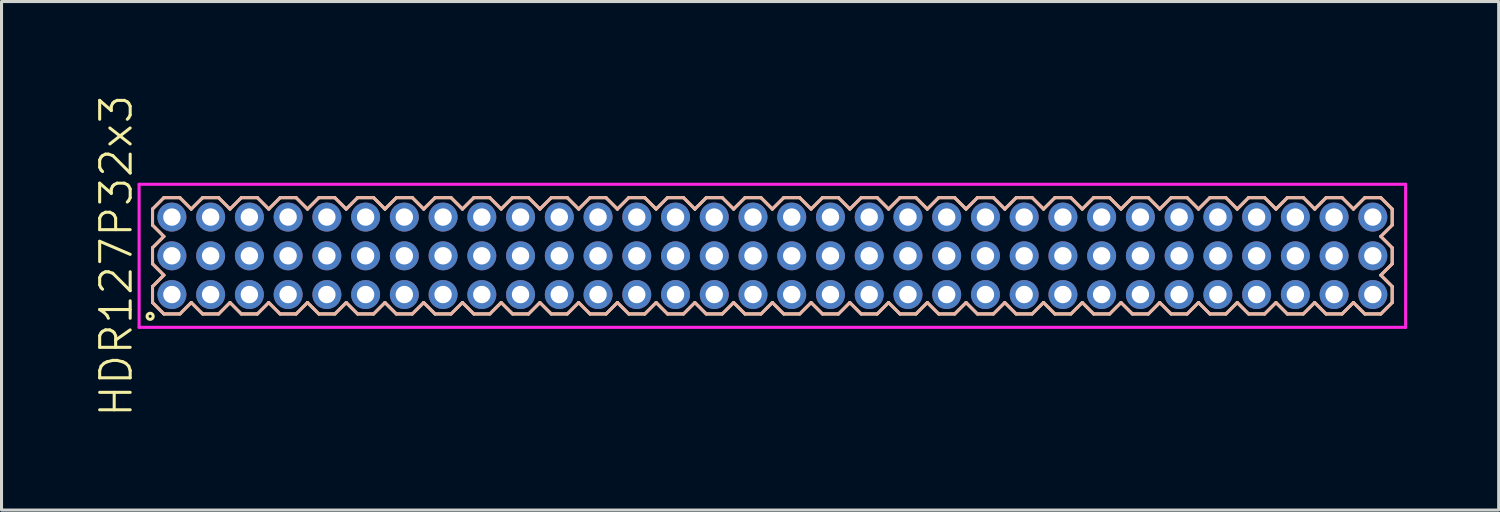
<source format=kicad_pcb>
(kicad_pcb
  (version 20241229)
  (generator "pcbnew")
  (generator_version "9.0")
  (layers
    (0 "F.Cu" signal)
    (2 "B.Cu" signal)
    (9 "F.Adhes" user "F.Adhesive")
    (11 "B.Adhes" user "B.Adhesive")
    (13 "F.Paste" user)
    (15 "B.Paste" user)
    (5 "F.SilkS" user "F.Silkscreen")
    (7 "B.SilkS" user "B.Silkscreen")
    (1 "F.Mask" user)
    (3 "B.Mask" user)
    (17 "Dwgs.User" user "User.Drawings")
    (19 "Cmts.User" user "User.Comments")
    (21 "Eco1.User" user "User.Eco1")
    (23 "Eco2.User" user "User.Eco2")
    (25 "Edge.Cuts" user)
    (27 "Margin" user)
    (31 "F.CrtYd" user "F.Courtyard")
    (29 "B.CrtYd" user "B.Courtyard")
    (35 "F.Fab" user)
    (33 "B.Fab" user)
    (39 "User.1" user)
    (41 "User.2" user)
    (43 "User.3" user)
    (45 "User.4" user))
  (footprint "HDR127P32x3"
    (layer "F.Cu")
    (at 22.27 5.336)
    (property "Reference" "HDR127P32x3" (at -21.51 0 90) (layer "F.SilkS") (effects (font (size 1 1) (thickness 0.1))))
    (attr through_hole)
    (fp_line (start -20.32 -1.533) (end -19.948 -1.905) (stroke (width 0.1) (type solid)) (layer "F.SilkS"))
    (fp_line (start -20.32 -1.007) (end -20.32 -1.533) (stroke (width 0.1) (type solid)) (layer "F.SilkS"))
    (fp_line (start -20.32 -0.263) (end -19.948 -0.635) (stroke (width 0.1) (type solid)) (layer "F.SilkS"))
    (fp_line (start -20.32 0.263) (end -20.32 -0.263) (stroke (width 0.1) (type solid)) (layer "F.SilkS"))
    (fp_line (start -20.32 1.007) (end -19.948 0.635) (stroke (width 0.1) (type solid)) (layer "F.SilkS"))
    (fp_line (start -20.32 1.533) (end -20.32 1.007) (stroke (width 0.1) (type solid)) (layer "F.SilkS"))
    (fp_line (start -19.948 -1.905) (end -19.422 -1.905) (stroke (width 0.1) (type solid)) (layer "F.SilkS"))
    (fp_line (start -19.948 -0.635) (end -20.32 -1.007) (stroke (width 0.1) (type solid)) (layer "F.SilkS"))
    (fp_line (start -19.948 0.635) (end -20.32 0.263) (stroke (width 0.1) (type solid)) (layer "F.SilkS"))
    (fp_line (start -19.948 1.905) (end -20.32 1.533) (stroke (width 0.1) (type solid)) (layer "F.SilkS"))
    (fp_line (start -19.422 -1.905) (end -19.05 -1.533) (stroke (width 0.1) (type solid)) (layer "F.SilkS"))
    (fp_line (start -19.422 1.905) (end -19.948 1.905) (stroke (width 0.1) (type solid)) (layer "F.SilkS"))
    (fp_line (start -19.05 -1.533) (end -18.678 -1.905) (stroke (width 0.1) (type solid)) (layer "F.SilkS"))
    (fp_line (start -19.05 1.533) (end -19.422 1.905) (stroke (width 0.1) (type solid)) (layer "F.SilkS"))
    (fp_line (start -18.678 -1.905) (end -18.152 -1.905) (stroke (width 0.1) (type solid)) (layer "F.SilkS"))
    (fp_line (start -18.678 1.905) (end -19.05 1.533) (stroke (width 0.1) (type solid)) (layer "F.SilkS"))
    (fp_line (start -18.152 -1.905) (end -17.78 -1.533) (stroke (width 0.1) (type solid)) (layer "F.SilkS"))
    (fp_line (start -18.152 1.905) (end -18.678 1.905) (stroke (width 0.1) (type solid)) (layer "F.SilkS"))
    (fp_line (start -17.78 -1.533) (end -17.408 -1.905) (stroke (width 0.1) (type solid)) (layer "F.SilkS"))
    (fp_line (start -17.78 1.533) (end -18.152 1.905) (stroke (width 0.1) (type solid)) (layer "F.SilkS"))
    (fp_line (start -17.408 -1.905) (end -16.882 -1.905) (stroke (width 0.1) (type solid)) (layer "F.SilkS"))
    (fp_line (start -17.408 1.905) (end -17.78 1.533) (stroke (width 0.1) (type solid)) (layer "F.SilkS"))
    (fp_line (start -16.882 -1.905) (end -16.51 -1.533) (stroke (width 0.1) (type solid)) (layer "F.SilkS"))
    (fp_line (start -16.882 1.905) (end -17.408 1.905) (stroke (width 0.1) (type solid)) (layer "F.SilkS"))
    (fp_line (start -16.51 -1.533) (end -16.138 -1.905) (stroke (width 0.1) (type solid)) (layer "F.SilkS"))
    (fp_line (start -16.51 1.533) (end -16.882 1.905) (stroke (width 0.1) (type solid)) (layer "F.SilkS"))
    (fp_line (start -16.138 -1.905) (end -15.612 -1.905) (stroke (width 0.1) (type solid)) (layer "F.SilkS"))
    (fp_line (start -16.138 1.905) (end -16.51 1.533) (stroke (width 0.1) (type solid)) (layer "F.SilkS"))
    (fp_line (start -15.612 -1.905) (end -15.24 -1.533) (stroke (width 0.1) (type solid)) (layer "F.SilkS"))
    (fp_line (start -15.612 1.905) (end -16.138 1.905) (stroke (width 0.1) (type solid)) (layer "F.SilkS"))
    (fp_line (start -15.24 -1.533) (end -14.868 -1.905) (stroke (width 0.1) (type solid)) (layer "F.SilkS"))
    (fp_line (start -15.24 1.533) (end -15.612 1.905) (stroke (width 0.1) (type solid)) (layer "F.SilkS"))
    (fp_line (start -14.868 -1.905) (end -14.342 -1.905) (stroke (width 0.1) (type solid)) (layer "F.SilkS"))
    (fp_line (start -14.868 1.905) (end -15.24 1.533) (stroke (width 0.1) (type solid)) (layer "F.SilkS"))
    (fp_line (start -14.342 -1.905) (end -13.97 -1.533) (stroke (width 0.1) (type solid)) (layer "F.SilkS"))
    (fp_line (start -14.342 1.905) (end -14.868 1.905) (stroke (width 0.1) (type solid)) (layer "F.SilkS"))
    (fp_line (start -13.97 -1.533) (end -13.598 -1.905) (stroke (width 0.1) (type solid)) (layer "F.SilkS"))
    (fp_line (start -13.97 1.533) (end -14.342 1.905) (stroke (width 0.1) (type solid)) (layer "F.SilkS"))
    (fp_line (start -13.598 -1.905) (end -13.072 -1.905) (stroke (width 0.1) (type solid)) (layer "F.SilkS"))
    (fp_line (start -13.598 1.905) (end -13.97 1.533) (stroke (width 0.1) (type solid)) (layer "F.SilkS"))
    (fp_line (start -13.072 -1.905) (end -12.7 -1.533) (stroke (width 0.1) (type solid)) (layer "F.SilkS"))
    (fp_line (start -13.072 1.905) (end -13.598 1.905) (stroke (width 0.1) (type solid)) (layer "F.SilkS"))
    (fp_line (start -12.7 -1.533) (end -12.328 -1.905) (stroke (width 0.1) (type solid)) (layer "F.SilkS"))
    (fp_line (start -12.7 1.533) (end -13.072 1.905) (stroke (width 0.1) (type solid)) (layer "F.SilkS"))
    (fp_line (start -12.328 -1.905) (end -11.802 -1.905) (stroke (width 0.1) (type solid)) (layer "F.SilkS"))
    (fp_line (start -12.328 1.905) (end -12.7 1.533) (stroke (width 0.1) (type solid)) (layer "F.SilkS"))
    (fp_line (start -11.802 -1.905) (end -11.43 -1.533) (stroke (width 0.1) (type solid)) (layer "F.SilkS"))
    (fp_line (start -11.802 1.905) (end -12.328 1.905) (stroke (width 0.1) (type solid)) (layer "F.SilkS"))
    (fp_line (start -11.43 -1.533) (end -11.058 -1.905) (stroke (width 0.1) (type solid)) (layer "F.SilkS"))
    (fp_line (start -11.43 1.533) (end -11.802 1.905) (stroke (width 0.1) (type solid)) (layer "F.SilkS"))
    (fp_line (start -11.058 -1.905) (end -10.532 -1.905) (stroke (width 0.1) (type solid)) (layer "F.SilkS"))
    (fp_line (start -11.058 1.905) (end -11.43 1.533) (stroke (width 0.1) (type solid)) (layer "F.SilkS"))
    (fp_line (start -10.532 -1.905) (end -10.16 -1.533) (stroke (width 0.1) (type solid)) (layer "F.SilkS"))
    (fp_line (start -10.532 1.905) (end -11.058 1.905) (stroke (width 0.1) (type solid)) (layer "F.SilkS"))
    (fp_line (start -10.16 -1.533) (end -9.788 -1.905) (stroke (width 0.1) (type solid)) (layer "F.SilkS"))
    (fp_line (start -10.16 1.533) (end -10.532 1.905) (stroke (width 0.1) (type solid)) (layer "F.SilkS"))
    (fp_line (start -9.788 -1.905) (end -9.262 -1.905) (stroke (width 0.1) (type solid)) (layer "F.SilkS"))
    (fp_line (start -9.788 1.905) (end -10.16 1.533) (stroke (width 0.1) (type solid)) (layer "F.SilkS"))
    (fp_line (start -9.262 -1.905) (end -8.89 -1.533) (stroke (width 0.1) (type solid)) (layer "F.SilkS"))
    (fp_line (start -9.262 1.905) (end -9.788 1.905) (stroke (width 0.1) (type solid)) (layer "F.SilkS"))
    (fp_line (start -8.89 -1.533) (end -8.518 -1.905) (stroke (width 0.1) (type solid)) (layer "F.SilkS"))
    (fp_line (start -8.89 1.533) (end -9.262 1.905) (stroke (width 0.1) (type solid)) (layer "F.SilkS"))
    (fp_line (start -8.518 -1.905) (end -7.992 -1.905) (stroke (width 0.1) (type solid)) (layer "F.SilkS"))
    (fp_line (start -8.518 1.905) (end -8.89 1.533) (stroke (width 0.1) (type solid)) (layer "F.SilkS"))
    (fp_line (start -7.992 -1.905) (end -7.62 -1.533) (stroke (width 0.1) (type solid)) (layer "F.SilkS"))
    (fp_line (start -7.992 1.905) (end -8.518 1.905) (stroke (width 0.1) (type solid)) (layer "F.SilkS"))
    (fp_line (start -7.62 -1.533) (end -7.248 -1.905) (stroke (width 0.1) (type solid)) (layer "F.SilkS"))
    (fp_line (start -7.62 1.533) (end -7.992 1.905) (stroke (width 0.1) (type solid)) (layer "F.SilkS"))
    (fp_line (start -7.248 -1.905) (end -6.722 -1.905) (stroke (width 0.1) (type solid)) (layer "F.SilkS"))
    (fp_line (start -7.248 1.905) (end -7.62 1.533) (stroke (width 0.1) (type solid)) (layer "F.SilkS"))
    (fp_line (start -6.722 -1.905) (end -6.35 -1.533) (stroke (width 0.1) (type solid)) (layer "F.SilkS"))
    (fp_line (start -6.722 1.905) (end -7.248 1.905) (stroke (width 0.1) (type solid)) (layer "F.SilkS"))
    (fp_line (start -6.35 -1.533) (end -5.978 -1.905) (stroke (width 0.1) (type solid)) (layer "F.SilkS"))
    (fp_line (start -6.35 1.533) (end -6.722 1.905) (stroke (width 0.1) (type solid)) (layer "F.SilkS"))
    (fp_line (start -5.978 -1.905) (end -5.452 -1.905) (stroke (width 0.1) (type solid)) (layer "F.SilkS"))
    (fp_line (start -5.978 1.905) (end -6.35 1.533) (stroke (width 0.1) (type solid)) (layer "F.SilkS"))
    (fp_line (start -5.452 -1.905) (end -5.08 -1.533) (stroke (width 0.1) (type solid)) (layer "F.SilkS"))
    (fp_line (start -5.452 1.905) (end -5.978 1.905) (stroke (width 0.1) (type solid)) (layer "F.SilkS"))
    (fp_line (start -5.08 -1.533) (end -4.708 -1.905) (stroke (width 0.1) (type solid)) (layer "F.SilkS"))
    (fp_line (start -5.08 1.533) (end -5.452 1.905) (stroke (width 0.1) (type solid)) (layer "F.SilkS"))
    (fp_line (start -4.708 -1.905) (end -4.182 -1.905) (stroke (width 0.1) (type solid)) (layer "F.SilkS"))
    (fp_line (start -4.708 1.905) (end -5.08 1.533) (stroke (width 0.1) (type solid)) (layer "F.SilkS"))
    (fp_line (start -4.182 -1.905) (end -3.81 -1.533) (stroke (width 0.1) (type solid)) (layer "F.SilkS"))
    (fp_line (start -4.182 1.905) (end -4.708 1.905) (stroke (width 0.1) (type solid)) (layer "F.SilkS"))
    (fp_line (start -3.81 -1.533) (end -3.438 -1.905) (stroke (width 0.1) (type solid)) (layer "F.SilkS"))
    (fp_line (start -3.81 1.533) (end -4.182 1.905) (stroke (width 0.1) (type solid)) (layer "F.SilkS"))
    (fp_line (start -3.438 -1.905) (end -2.912 -1.905) (stroke (width 0.1) (type solid)) (layer "F.SilkS"))
    (fp_line (start -3.438 1.905) (end -3.81 1.533) (stroke (width 0.1) (type solid)) (layer "F.SilkS"))
    (fp_line (start -2.912 -1.905) (end -2.54 -1.533) (stroke (width 0.1) (type solid)) (layer "F.SilkS"))
    (fp_line (start -2.912 1.905) (end -3.438 1.905) (stroke (width 0.1) (type solid)) (layer "F.SilkS"))
    (fp_line (start -2.54 -1.533) (end -2.168 -1.905) (stroke (width 0.1) (type solid)) (layer "F.SilkS"))
    (fp_line (start -2.54 1.533) (end -2.912 1.905) (stroke (width 0.1) (type solid)) (layer "F.SilkS"))
    (fp_line (start -2.168 -1.905) (end -1.642 -1.905) (stroke (width 0.1) (type solid)) (layer "F.SilkS"))
    (fp_line (start -2.168 1.905) (end -2.54 1.533) (stroke (width 0.1) (type solid)) (layer "F.SilkS"))
    (fp_line (start -1.642 -1.905) (end -1.27 -1.533) (stroke (width 0.1) (type solid)) (layer "F.SilkS"))
    (fp_line (start -1.642 1.905) (end -2.168 1.905) (stroke (width 0.1) (type solid)) (layer "F.SilkS"))
    (fp_line (start -1.27 -1.533) (end -0.898 -1.905) (stroke (width 0.1) (type solid)) (layer "F.SilkS"))
    (fp_line (start -1.27 1.533) (end -1.642 1.905) (stroke (width 0.1) (type solid)) (layer "F.SilkS"))
    (fp_line (start -0.898 -1.905) (end -0.372 -1.905) (stroke (width 0.1) (type solid)) (layer "F.SilkS"))
    (fp_line (start -0.898 1.905) (end -1.27 1.533) (stroke (width 0.1) (type solid)) (layer "F.SilkS"))
    (fp_line (start -0.372 -1.905) (end 0 -1.533) (stroke (width 0.1) (type solid)) (layer "F.SilkS"))
    (fp_line (start -0.372 1.905) (end -0.898 1.905) (stroke (width 0.1) (type solid)) (layer "F.SilkS"))
    (fp_line (start 0 -1.533) (end 0.372 -1.905) (stroke (width 0.1) (type solid)) (layer "F.SilkS"))
    (fp_line (start 0 1.533) (end -0.372 1.905) (stroke (width 0.1) (type solid)) (layer "F.SilkS"))
    (fp_line (start 0.372 -1.905) (end 0.898 -1.905) (stroke (width 0.1) (type solid)) (layer "F.SilkS"))
    (fp_line (start 0.372 1.905) (end 0 1.533) (stroke (width 0.1) (type solid)) (layer "F.SilkS"))
    (fp_line (start 0.898 -1.905) (end 1.27 -1.533) (stroke (width 0.1) (type solid)) (layer "F.SilkS"))
    (fp_line (start 0.898 1.905) (end 0.372 1.905) (stroke (width 0.1) (type solid)) (layer "F.SilkS"))
    (fp_line (start 1.27 -1.533) (end 1.642 -1.905) (stroke (width 0.1) (type solid)) (layer "F.SilkS"))
    (fp_line (start 1.27 1.533) (end 0.898 1.905) (stroke (width 0.1) (type solid)) (layer "F.SilkS"))
    (fp_line (start 1.642 -1.905) (end 2.168 -1.905) (stroke (width 0.1) (type solid)) (layer "F.SilkS"))
    (fp_line (start 1.642 1.905) (end 1.27 1.533) (stroke (width 0.1) (type solid)) (layer "F.SilkS"))
    (fp_line (start 2.168 -1.905) (end 2.54 -1.533) (stroke (width 0.1) (type solid)) (layer "F.SilkS"))
    (fp_line (start 2.168 1.905) (end 1.642 1.905) (stroke (width 0.1) (type solid)) (layer "F.SilkS"))
    (fp_line (start 2.54 -1.533) (end 2.912 -1.905) (stroke (width 0.1) (type solid)) (layer "F.SilkS"))
    (fp_line (start 2.54 1.533) (end 2.168 1.905) (stroke (width 0.1) (type solid)) (layer "F.SilkS"))
    (fp_line (start 2.912 -1.905) (end 3.438 -1.905) (stroke (width 0.1) (type solid)) (layer "F.SilkS"))
    (fp_line (start 2.912 1.905) (end 2.54 1.533) (stroke (width 0.1) (type solid)) (layer "F.SilkS"))
    (fp_line (start 3.438 -1.905) (end 3.81 -1.533) (stroke (width 0.1) (type solid)) (layer "F.SilkS"))
    (fp_line (start 3.438 1.905) (end 2.912 1.905) (stroke (width 0.1) (type solid)) (layer "F.SilkS"))
    (fp_line (start 3.81 -1.533) (end 4.182 -1.905) (stroke (width 0.1) (type solid)) (layer "F.SilkS"))
    (fp_line (start 3.81 1.533) (end 3.438 1.905) (stroke (width 0.1) (type solid)) (layer "F.SilkS"))
    (fp_line (start 4.182 -1.905) (end 4.708 -1.905) (stroke (width 0.1) (type solid)) (layer "F.SilkS"))
    (fp_line (start 4.182 1.905) (end 3.81 1.533) (stroke (width 0.1) (type solid)) (layer "F.SilkS"))
    (fp_line (start 4.708 -1.905) (end 5.08 -1.533) (stroke (width 0.1) (type solid)) (layer "F.SilkS"))
    (fp_line (start 4.708 1.905) (end 4.182 1.905) (stroke (width 0.1) (type solid)) (layer "F.SilkS"))
    (fp_line (start 5.08 -1.533) (end 5.452 -1.905) (stroke (width 0.1) (type solid)) (layer "F.SilkS"))
    (fp_line (start 5.08 1.533) (end 4.708 1.905) (stroke (width 0.1) (type solid)) (layer "F.SilkS"))
    (fp_line (start 5.452 -1.905) (end 5.978 -1.905) (stroke (width 0.1) (type solid)) (layer "F.SilkS"))
    (fp_line (start 5.452 1.905) (end 5.08 1.533) (stroke (width 0.1) (type solid)) (layer "F.SilkS"))
    (fp_line (start 5.978 -1.905) (end 6.35 -1.533) (stroke (width 0.1) (type solid)) (layer "F.SilkS"))
    (fp_line (start 5.978 1.905) (end 5.452 1.905) (stroke (width 0.1) (type solid)) (layer "F.SilkS"))
    (fp_line (start 6.35 -1.533) (end 6.722 -1.905) (stroke (width 0.1) (type solid)) (layer "F.SilkS"))
    (fp_line (start 6.35 1.533) (end 5.978 1.905) (stroke (width 0.1) (type solid)) (layer "F.SilkS"))
    (fp_line (start 6.722 -1.905) (end 7.248 -1.905) (stroke (width 0.1) (type solid)) (layer "F.SilkS"))
    (fp_line (start 6.722 1.905) (end 6.35 1.533) (stroke (width 0.1) (type solid)) (layer "F.SilkS"))
    (fp_line (start 7.248 -1.905) (end 7.62 -1.533) (stroke (width 0.1) (type solid)) (layer "F.SilkS"))
    (fp_line (start 7.248 1.905) (end 6.722 1.905) (stroke (width 0.1) (type solid)) (layer "F.SilkS"))
    (fp_line (start 7.62 -1.533) (end 7.992 -1.905) (stroke (width 0.1) (type solid)) (layer "F.SilkS"))
    (fp_line (start 7.62 1.533) (end 7.248 1.905) (stroke (width 0.1) (type solid)) (layer "F.SilkS"))
    (fp_line (start 7.992 -1.905) (end 8.518 -1.905) (stroke (width 0.1) (type solid)) (layer "F.SilkS"))
    (fp_line (start 7.992 1.905) (end 7.62 1.533) (stroke (width 0.1) (type solid)) (layer "F.SilkS"))
    (fp_line (start 8.518 -1.905) (end 8.89 -1.533) (stroke (width 0.1) (type solid)) (layer "F.SilkS"))
    (fp_line (start 8.518 1.905) (end 7.992 1.905) (stroke (width 0.1) (type solid)) (layer "F.SilkS"))
    (fp_line (start 8.89 -1.533) (end 9.262 -1.905) (stroke (width 0.1) (type solid)) (layer "F.SilkS"))
    (fp_line (start 8.89 1.533) (end 8.518 1.905) (stroke (width 0.1) (type solid)) (layer "F.SilkS"))
    (fp_line (start 9.262 -1.905) (end 9.788 -1.905) (stroke (width 0.1) (type solid)) (layer "F.SilkS"))
    (fp_line (start 9.262 1.905) (end 8.89 1.533) (stroke (width 0.1) (type solid)) (layer "F.SilkS"))
    (fp_line (start 9.788 -1.905) (end 10.16 -1.533) (stroke (width 0.1) (type solid)) (layer "F.SilkS"))
    (fp_line (start 9.788 1.905) (end 9.262 1.905) (stroke (width 0.1) (type solid)) (layer "F.SilkS"))
    (fp_line (start 10.16 -1.533) (end 10.532 -1.905) (stroke (width 0.1) (type solid)) (layer "F.SilkS"))
    (fp_line (start 10.16 1.533) (end 9.788 1.905) (stroke (width 0.1) (type solid)) (layer "F.SilkS"))
    (fp_line (start 10.532 -1.905) (end 11.058 -1.905) (stroke (width 0.1) (type solid)) (layer "F.SilkS"))
    (fp_line (start 10.532 1.905) (end 10.16 1.533) (stroke (width 0.1) (type solid)) (layer "F.SilkS"))
    (fp_line (start 11.058 -1.905) (end 11.43 -1.533) (stroke (width 0.1) (type solid)) (layer "F.SilkS"))
    (fp_line (start 11.058 1.905) (end 10.532 1.905) (stroke (width 0.1) (type solid)) (layer "F.SilkS"))
    (fp_line (start 11.43 -1.533) (end 11.802 -1.905) (stroke (width 0.1) (type solid)) (layer "F.SilkS"))
    (fp_line (start 11.43 1.533) (end 11.058 1.905) (stroke (width 0.1) (type solid)) (layer "F.SilkS"))
    (fp_line (start 11.802 -1.905) (end 12.328 -1.905) (stroke (width 0.1) (type solid)) (layer "F.SilkS"))
    (fp_line (start 11.802 1.905) (end 11.43 1.533) (stroke (width 0.1) (type solid)) (layer "F.SilkS"))
    (fp_line (start 12.328 -1.905) (end 12.7 -1.533) (stroke (width 0.1) (type solid)) (layer "F.SilkS"))
    (fp_line (start 12.328 1.905) (end 11.802 1.905) (stroke (width 0.1) (type solid)) (layer "F.SilkS"))
    (fp_line (start 12.7 -1.533) (end 13.072 -1.905) (stroke (width 0.1) (type solid)) (layer "F.SilkS"))
    (fp_line (start 12.7 1.533) (end 12.328 1.905) (stroke (width 0.1) (type solid)) (layer "F.SilkS"))
    (fp_line (start 13.072 -1.905) (end 13.598 -1.905) (stroke (width 0.1) (type solid)) (layer "F.SilkS"))
    (fp_line (start 13.072 1.905) (end 12.7 1.533) (stroke (width 0.1) (type solid)) (layer "F.SilkS"))
    (fp_line (start 13.598 -1.905) (end 13.97 -1.533) (stroke (width 0.1) (type solid)) (layer "F.SilkS"))
    (fp_line (start 13.598 1.905) (end 13.072 1.905) (stroke (width 0.1) (type solid)) (layer "F.SilkS"))
    (fp_line (start 13.97 -1.533) (end 14.342 -1.905) (stroke (width 0.1) (type solid)) (layer "F.SilkS"))
    (fp_line (start 13.97 1.533) (end 13.598 1.905) (stroke (width 0.1) (type solid)) (layer "F.SilkS"))
    (fp_line (start 14.342 -1.905) (end 14.868 -1.905) (stroke (width 0.1) (type solid)) (layer "F.SilkS"))
    (fp_line (start 14.342 1.905) (end 13.97 1.533) (stroke (width 0.1) (type solid)) (layer "F.SilkS"))
    (fp_line (start 14.868 -1.905) (end 15.24 -1.533) (stroke (width 0.1) (type solid)) (layer "F.SilkS"))
    (fp_line (start 14.868 1.905) (end 14.342 1.905) (stroke (width 0.1) (type solid)) (layer "F.SilkS"))
    (fp_line (start 15.24 -1.533) (end 15.612 -1.905) (stroke (width 0.1) (type solid)) (layer "F.SilkS"))
    (fp_line (start 15.24 1.533) (end 14.868 1.905) (stroke (width 0.1) (type solid)) (layer "F.SilkS"))
    (fp_line (start 15.612 -1.905) (end 16.138 -1.905) (stroke (width 0.1) (type solid)) (layer "F.SilkS"))
    (fp_line (start 15.612 1.905) (end 15.24 1.533) (stroke (width 0.1) (type solid)) (layer "F.SilkS"))
    (fp_line (start 16.138 -1.905) (end 16.51 -1.533) (stroke (width 0.1) (type solid)) (layer "F.SilkS"))
    (fp_line (start 16.138 1.905) (end 15.612 1.905) (stroke (width 0.1) (type solid)) (layer "F.SilkS"))
    (fp_line (start 16.51 -1.533) (end 16.882 -1.905) (stroke (width 0.1) (type solid)) (layer "F.SilkS"))
    (fp_line (start 16.51 1.533) (end 16.138 1.905) (stroke (width 0.1) (type solid)) (layer "F.SilkS"))
    (fp_line (start 16.882 -1.905) (end 17.408 -1.905) (stroke (width 0.1) (type solid)) (layer "F.SilkS"))
    (fp_line (start 16.882 1.905) (end 16.51 1.533) (stroke (width 0.1) (type solid)) (layer "F.SilkS"))
    (fp_line (start 17.408 -1.905) (end 17.78 -1.533) (stroke (width 0.1) (type solid)) (layer "F.SilkS"))
    (fp_line (start 17.408 1.905) (end 16.882 1.905) (stroke (width 0.1) (type solid)) (layer "F.SilkS"))
    (fp_line (start 17.78 -1.533) (end 18.152 -1.905) (stroke (width 0.1) (type solid)) (layer "F.SilkS"))
    (fp_line (start 17.78 1.533) (end 17.408 1.905) (stroke (width 0.1) (type solid)) (layer "F.SilkS"))
    (fp_line (start 18.152 -1.905) (end 18.678 -1.905) (stroke (width 0.1) (type solid)) (layer "F.SilkS"))
    (fp_line (start 18.152 1.905) (end 17.78 1.533) (stroke (width 0.1) (type solid)) (layer "F.SilkS"))
    (fp_line (start 18.678 -1.905) (end 19.05 -1.533) (stroke (width 0.1) (type solid)) (layer "F.SilkS"))
    (fp_line (start 18.678 1.905) (end 18.152 1.905) (stroke (width 0.1) (type solid)) (layer "F.SilkS"))
    (fp_line (start 19.05 -1.533) (end 19.422 -1.905) (stroke (width 0.1) (type solid)) (layer "F.SilkS"))
    (fp_line (start 19.05 1.533) (end 18.678 1.905) (stroke (width 0.1) (type solid)) (layer "F.SilkS"))
    (fp_line (start 19.422 -1.905) (end 19.948 -1.905) (stroke (width 0.1) (type solid)) (layer "F.SilkS"))
    (fp_line (start 19.422 1.905) (end 19.05 1.533) (stroke (width 0.1) (type solid)) (layer "F.SilkS"))
    (fp_line (start 19.948 -1.905) (end 20.32 -1.533) (stroke (width 0.1) (type solid)) (layer "F.SilkS"))
    (fp_line (start 19.948 -0.635) (end 20.32 -0.263) (stroke (width 0.1) (type solid)) (layer "F.SilkS"))
    (fp_line (start 19.948 0.635) (end 20.32 1.007) (stroke (width 0.1) (type solid)) (layer "F.SilkS"))
    (fp_line (start 19.948 1.905) (end 19.422 1.905) (stroke (width 0.1) (type solid)) (layer "F.SilkS"))
    (fp_line (start 20.32 -1.533) (end 20.32 -1.007) (stroke (width 0.1) (type solid)) (layer "F.SilkS"))
    (fp_line (start 20.32 -1.007) (end 19.948 -0.635) (stroke (width 0.1) (type solid)) (layer "F.SilkS"))
    (fp_line (start 20.32 -0.263) (end 20.32 0.263) (stroke (width 0.1) (type solid)) (layer "F.SilkS"))
    (fp_line (start 20.32 0.263) (end 19.948 0.635) (stroke (width 0.1) (type solid)) (layer "F.SilkS"))
    (fp_line (start 20.32 1.007) (end 20.32 1.533) (stroke (width 0.1) (type solid)) (layer "F.SilkS"))
    (fp_line (start 20.32 1.533) (end 19.948 1.905) (stroke (width 0.1) (type solid)) (layer "F.SilkS"))
    (fp_circle (center -20.398 1.983) (end -20.297 1.983) (stroke (width 0.1) (type solid)) (fill no) (layer "F.SilkS"))
    (fp_line (start -20.32 -1.533) (end -19.948 -1.905) (stroke (width 0.1) (type solid)) (layer "B.SilkS"))
    (fp_line (start -20.32 -1.007) (end -20.32 -1.533) (stroke (width 0.1) (type solid)) (layer "B.SilkS"))
    (fp_line (start -20.32 -0.263) (end -19.948 -0.635) (stroke (width 0.1) (type solid)) (layer "B.SilkS"))
    (fp_line (start -20.32 0.263) (end -20.32 -0.263) (stroke (width 0.1) (type solid)) (layer "B.SilkS"))
    (fp_line (start -20.32 1.007) (end -19.948 0.635) (stroke (width 0.1) (type solid)) (layer "B.SilkS"))
    (fp_line (start -20.32 1.533) (end -20.32 1.007) (stroke (width 0.1) (type solid)) (layer "B.SilkS"))
    (fp_line (start -19.948 -1.905) (end -19.422 -1.905) (stroke (width 0.1) (type solid)) (layer "B.SilkS"))
    (fp_line (start -19.948 -0.635) (end -20.32 -1.007) (stroke (width 0.1) (type solid)) (layer "B.SilkS"))
    (fp_line (start -19.948 0.635) (end -20.32 0.263) (stroke (width 0.1) (type solid)) (layer "B.SilkS"))
    (fp_line (start -19.948 1.905) (end -20.32 1.533) (stroke (width 0.1) (type solid)) (layer "B.SilkS"))
    (fp_line (start -19.422 -1.905) (end -19.05 -1.533) (stroke (width 0.1) (type solid)) (layer "B.SilkS"))
    (fp_line (start -19.422 1.905) (end -19.948 1.905) (stroke (width 0.1) (type solid)) (layer "B.SilkS"))
    (fp_line (start -19.05 -1.533) (end -18.678 -1.905) (stroke (width 0.1) (type solid)) (layer "B.SilkS"))
    (fp_line (start -19.05 1.533) (end -19.422 1.905) (stroke (width 0.1) (type solid)) (layer "B.SilkS"))
    (fp_line (start -18.678 -1.905) (end -18.152 -1.905) (stroke (width 0.1) (type solid)) (layer "B.SilkS"))
    (fp_line (start -18.678 1.905) (end -19.05 1.533) (stroke (width 0.1) (type solid)) (layer "B.SilkS"))
    (fp_line (start -18.152 -1.905) (end -17.78 -1.533) (stroke (width 0.1) (type solid)) (layer "B.SilkS"))
    (fp_line (start -18.152 1.905) (end -18.678 1.905) (stroke (width 0.1) (type solid)) (layer "B.SilkS"))
    (fp_line (start -17.78 -1.533) (end -17.408 -1.905) (stroke (width 0.1) (type solid)) (layer "B.SilkS"))
    (fp_line (start -17.78 1.533) (end -18.152 1.905) (stroke (width 0.1) (type solid)) (layer "B.SilkS"))
    (fp_line (start -17.408 -1.905) (end -16.882 -1.905) (stroke (width 0.1) (type solid)) (layer "B.SilkS"))
    (fp_line (start -17.408 1.905) (end -17.78 1.533) (stroke (width 0.1) (type solid)) (layer "B.SilkS"))
    (fp_line (start -16.882 -1.905) (end -16.51 -1.533) (stroke (width 0.1) (type solid)) (layer "B.SilkS"))
    (fp_line (start -16.882 1.905) (end -17.408 1.905) (stroke (width 0.1) (type solid)) (layer "B.SilkS"))
    (fp_line (start -16.51 -1.533) (end -16.138 -1.905) (stroke (width 0.1) (type solid)) (layer "B.SilkS"))
    (fp_line (start -16.51 1.533) (end -16.882 1.905) (stroke (width 0.1) (type solid)) (layer "B.SilkS"))
    (fp_line (start -16.138 -1.905) (end -15.612 -1.905) (stroke (width 0.1) (type solid)) (layer "B.SilkS"))
    (fp_line (start -16.138 1.905) (end -16.51 1.533) (stroke (width 0.1) (type solid)) (layer "B.SilkS"))
    (fp_line (start -15.612 -1.905) (end -15.24 -1.533) (stroke (width 0.1) (type solid)) (layer "B.SilkS"))
    (fp_line (start -15.612 1.905) (end -16.138 1.905) (stroke (width 0.1) (type solid)) (layer "B.SilkS"))
    (fp_line (start -15.24 -1.533) (end -14.868 -1.905) (stroke (width 0.1) (type solid)) (layer "B.SilkS"))
    (fp_line (start -15.24 1.533) (end -15.612 1.905) (stroke (width 0.1) (type solid)) (layer "B.SilkS"))
    (fp_line (start -14.868 -1.905) (end -14.342 -1.905) (stroke (width 0.1) (type solid)) (layer "B.SilkS"))
    (fp_line (start -14.868 1.905) (end -15.24 1.533) (stroke (width 0.1) (type solid)) (layer "B.SilkS"))
    (fp_line (start -14.342 -1.905) (end -13.97 -1.533) (stroke (width 0.1) (type solid)) (layer "B.SilkS"))
    (fp_line (start -14.342 1.905) (end -14.868 1.905) (stroke (width 0.1) (type solid)) (layer "B.SilkS"))
    (fp_line (start -13.97 -1.533) (end -13.598 -1.905) (stroke (width 0.1) (type solid)) (layer "B.SilkS"))
    (fp_line (start -13.97 1.533) (end -14.342 1.905) (stroke (width 0.1) (type solid)) (layer "B.SilkS"))
    (fp_line (start -13.598 -1.905) (end -13.072 -1.905) (stroke (width 0.1) (type solid)) (layer "B.SilkS"))
    (fp_line (start -13.598 1.905) (end -13.97 1.533) (stroke (width 0.1) (type solid)) (layer "B.SilkS"))
    (fp_line (start -13.072 -1.905) (end -12.7 -1.533) (stroke (width 0.1) (type solid)) (layer "B.SilkS"))
    (fp_line (start -13.072 1.905) (end -13.598 1.905) (stroke (width 0.1) (type solid)) (layer "B.SilkS"))
    (fp_line (start -12.7 -1.533) (end -12.328 -1.905) (stroke (width 0.1) (type solid)) (layer "B.SilkS"))
    (fp_line (start -12.7 1.533) (end -13.072 1.905) (stroke (width 0.1) (type solid)) (layer "B.SilkS"))
    (fp_line (start -12.328 -1.905) (end -11.802 -1.905) (stroke (width 0.1) (type solid)) (layer "B.SilkS"))
    (fp_line (start -12.328 1.905) (end -12.7 1.533) (stroke (width 0.1) (type solid)) (layer "B.SilkS"))
    (fp_line (start -11.802 -1.905) (end -11.43 -1.533) (stroke (width 0.1) (type solid)) (layer "B.SilkS"))
    (fp_line (start -11.802 1.905) (end -12.328 1.905) (stroke (width 0.1) (type solid)) (layer "B.SilkS"))
    (fp_line (start -11.43 -1.533) (end -11.058 -1.905) (stroke (width 0.1) (type solid)) (layer "B.SilkS"))
    (fp_line (start -11.43 1.533) (end -11.802 1.905) (stroke (width 0.1) (type solid)) (layer "B.SilkS"))
    (fp_line (start -11.058 -1.905) (end -10.532 -1.905) (stroke (width 0.1) (type solid)) (layer "B.SilkS"))
    (fp_line (start -11.058 1.905) (end -11.43 1.533) (stroke (width 0.1) (type solid)) (layer "B.SilkS"))
    (fp_line (start -10.532 -1.905) (end -10.16 -1.533) (stroke (width 0.1) (type solid)) (layer "B.SilkS"))
    (fp_line (start -10.532 1.905) (end -11.058 1.905) (stroke (width 0.1) (type solid)) (layer "B.SilkS"))
    (fp_line (start -10.16 -1.533) (end -9.788 -1.905) (stroke (width 0.1) (type solid)) (layer "B.SilkS"))
    (fp_line (start -10.16 1.533) (end -10.532 1.905) (stroke (width 0.1) (type solid)) (layer "B.SilkS"))
    (fp_line (start -9.788 -1.905) (end -9.262 -1.905) (stroke (width 0.1) (type solid)) (layer "B.SilkS"))
    (fp_line (start -9.788 1.905) (end -10.16 1.533) (stroke (width 0.1) (type solid)) (layer "B.SilkS"))
    (fp_line (start -9.262 -1.905) (end -8.89 -1.533) (stroke (width 0.1) (type solid)) (layer "B.SilkS"))
    (fp_line (start -9.262 1.905) (end -9.788 1.905) (stroke (width 0.1) (type solid)) (layer "B.SilkS"))
    (fp_line (start -8.89 -1.533) (end -8.518 -1.905) (stroke (width 0.1) (type solid)) (layer "B.SilkS"))
    (fp_line (start -8.89 1.533) (end -9.262 1.905) (stroke (width 0.1) (type solid)) (layer "B.SilkS"))
    (fp_line (start -8.518 -1.905) (end -7.992 -1.905) (stroke (width 0.1) (type solid)) (layer "B.SilkS"))
    (fp_line (start -8.518 1.905) (end -8.89 1.533) (stroke (width 0.1) (type solid)) (layer "B.SilkS"))
    (fp_line (start -7.992 -1.905) (end -7.62 -1.533) (stroke (width 0.1) (type solid)) (layer "B.SilkS"))
    (fp_line (start -7.992 1.905) (end -8.518 1.905) (stroke (width 0.1) (type solid)) (layer "B.SilkS"))
    (fp_line (start -7.62 -1.533) (end -7.248 -1.905) (stroke (width 0.1) (type solid)) (layer "B.SilkS"))
    (fp_line (start -7.62 1.533) (end -7.992 1.905) (stroke (width 0.1) (type solid)) (layer "B.SilkS"))
    (fp_line (start -7.248 -1.905) (end -6.722 -1.905) (stroke (width 0.1) (type solid)) (layer "B.SilkS"))
    (fp_line (start -7.248 1.905) (end -7.62 1.533) (stroke (width 0.1) (type solid)) (layer "B.SilkS"))
    (fp_line (start -6.722 -1.905) (end -6.35 -1.533) (stroke (width 0.1) (type solid)) (layer "B.SilkS"))
    (fp_line (start -6.722 1.905) (end -7.248 1.905) (stroke (width 0.1) (type solid)) (layer "B.SilkS"))
    (fp_line (start -6.35 -1.533) (end -5.978 -1.905) (stroke (width 0.1) (type solid)) (layer "B.SilkS"))
    (fp_line (start -6.35 1.533) (end -6.722 1.905) (stroke (width 0.1) (type solid)) (layer "B.SilkS"))
    (fp_line (start -5.978 -1.905) (end -5.452 -1.905) (stroke (width 0.1) (type solid)) (layer "B.SilkS"))
    (fp_line (start -5.978 1.905) (end -6.35 1.533) (stroke (width 0.1) (type solid)) (layer "B.SilkS"))
    (fp_line (start -5.452 -1.905) (end -5.08 -1.533) (stroke (width 0.1) (type solid)) (layer "B.SilkS"))
    (fp_line (start -5.452 1.905) (end -5.978 1.905) (stroke (width 0.1) (type solid)) (layer "B.SilkS"))
    (fp_line (start -5.08 -1.533) (end -4.708 -1.905) (stroke (width 0.1) (type solid)) (layer "B.SilkS"))
    (fp_line (start -5.08 1.533) (end -5.452 1.905) (stroke (width 0.1) (type solid)) (layer "B.SilkS"))
    (fp_line (start -4.708 -1.905) (end -4.182 -1.905) (stroke (width 0.1) (type solid)) (layer "B.SilkS"))
    (fp_line (start -4.708 1.905) (end -5.08 1.533) (stroke (width 0.1) (type solid)) (layer "B.SilkS"))
    (fp_line (start -4.182 -1.905) (end -3.81 -1.533) (stroke (width 0.1) (type solid)) (layer "B.SilkS"))
    (fp_line (start -4.182 1.905) (end -4.708 1.905) (stroke (width 0.1) (type solid)) (layer "B.SilkS"))
    (fp_line (start -3.81 -1.533) (end -3.438 -1.905) (stroke (width 0.1) (type solid)) (layer "B.SilkS"))
    (fp_line (start -3.81 1.533) (end -4.182 1.905) (stroke (width 0.1) (type solid)) (layer "B.SilkS"))
    (fp_line (start -3.438 -1.905) (end -2.912 -1.905) (stroke (width 0.1) (type solid)) (layer "B.SilkS"))
    (fp_line (start -3.438 1.905) (end -3.81 1.533) (stroke (width 0.1) (type solid)) (layer "B.SilkS"))
    (fp_line (start -2.912 -1.905) (end -2.54 -1.533) (stroke (width 0.1) (type solid)) (layer "B.SilkS"))
    (fp_line (start -2.912 1.905) (end -3.438 1.905) (stroke (width 0.1) (type solid)) (layer "B.SilkS"))
    (fp_line (start -2.54 -1.533) (end -2.168 -1.905) (stroke (width 0.1) (type solid)) (layer "B.SilkS"))
    (fp_line (start -2.54 1.533) (end -2.912 1.905) (stroke (width 0.1) (type solid)) (layer "B.SilkS"))
    (fp_line (start -2.168 -1.905) (end -1.642 -1.905) (stroke (width 0.1) (type solid)) (layer "B.SilkS"))
    (fp_line (start -2.168 1.905) (end -2.54 1.533) (stroke (width 0.1) (type solid)) (layer "B.SilkS"))
    (fp_line (start -1.642 -1.905) (end -1.27 -1.533) (stroke (width 0.1) (type solid)) (layer "B.SilkS"))
    (fp_line (start -1.642 1.905) (end -2.168 1.905) (stroke (width 0.1) (type solid)) (layer "B.SilkS"))
    (fp_line (start -1.27 -1.533) (end -0.898 -1.905) (stroke (width 0.1) (type solid)) (layer "B.SilkS"))
    (fp_line (start -1.27 1.533) (end -1.642 1.905) (stroke (width 0.1) (type solid)) (layer "B.SilkS"))
    (fp_line (start -0.898 -1.905) (end -0.372 -1.905) (stroke (width 0.1) (type solid)) (layer "B.SilkS"))
    (fp_line (start -0.898 1.905) (end -1.27 1.533) (stroke (width 0.1) (type solid)) (layer "B.SilkS"))
    (fp_line (start -0.372 -1.905) (end 0 -1.533) (stroke (width 0.1) (type solid)) (layer "B.SilkS"))
    (fp_line (start -0.372 1.905) (end -0.898 1.905) (stroke (width 0.1) (type solid)) (layer "B.SilkS"))
    (fp_line (start 0 -1.533) (end 0.372 -1.905) (stroke (width 0.1) (type solid)) (layer "B.SilkS"))
    (fp_line (start 0 1.533) (end -0.372 1.905) (stroke (width 0.1) (type solid)) (layer "B.SilkS"))
    (fp_line (start 0.372 -1.905) (end 0.898 -1.905) (stroke (width 0.1) (type solid)) (layer "B.SilkS"))
    (fp_line (start 0.372 1.905) (end 0 1.533) (stroke (width 0.1) (type solid)) (layer "B.SilkS"))
    (fp_line (start 0.898 -1.905) (end 1.27 -1.533) (stroke (width 0.1) (type solid)) (layer "B.SilkS"))
    (fp_line (start 0.898 1.905) (end 0.372 1.905) (stroke (width 0.1) (type solid)) (layer "B.SilkS"))
    (fp_line (start 1.27 -1.533) (end 1.642 -1.905) (stroke (width 0.1) (type solid)) (layer "B.SilkS"))
    (fp_line (start 1.27 1.533) (end 0.898 1.905) (stroke (width 0.1) (type solid)) (layer "B.SilkS"))
    (fp_line (start 1.642 -1.905) (end 2.168 -1.905) (stroke (width 0.1) (type solid)) (layer "B.SilkS"))
    (fp_line (start 1.642 1.905) (end 1.27 1.533) (stroke (width 0.1) (type solid)) (layer "B.SilkS"))
    (fp_line (start 2.168 -1.905) (end 2.54 -1.533) (stroke (width 0.1) (type solid)) (layer "B.SilkS"))
    (fp_line (start 2.168 1.905) (end 1.642 1.905) (stroke (width 0.1) (type solid)) (layer "B.SilkS"))
    (fp_line (start 2.54 -1.533) (end 2.912 -1.905) (stroke (width 0.1) (type solid)) (layer "B.SilkS"))
    (fp_line (start 2.54 1.533) (end 2.168 1.905) (stroke (width 0.1) (type solid)) (layer "B.SilkS"))
    (fp_line (start 2.912 -1.905) (end 3.438 -1.905) (stroke (width 0.1) (type solid)) (layer "B.SilkS"))
    (fp_line (start 2.912 1.905) (end 2.54 1.533) (stroke (width 0.1) (type solid)) (layer "B.SilkS"))
    (fp_line (start 3.438 -1.905) (end 3.81 -1.533) (stroke (width 0.1) (type solid)) (layer "B.SilkS"))
    (fp_line (start 3.438 1.905) (end 2.912 1.905) (stroke (width 0.1) (type solid)) (layer "B.SilkS"))
    (fp_line (start 3.81 -1.533) (end 4.182 -1.905) (stroke (width 0.1) (type solid)) (layer "B.SilkS"))
    (fp_line (start 3.81 1.533) (end 3.438 1.905) (stroke (width 0.1) (type solid)) (layer "B.SilkS"))
    (fp_line (start 4.182 -1.905) (end 4.708 -1.905) (stroke (width 0.1) (type solid)) (layer "B.SilkS"))
    (fp_line (start 4.182 1.905) (end 3.81 1.533) (stroke (width 0.1) (type solid)) (layer "B.SilkS"))
    (fp_line (start 4.708 -1.905) (end 5.08 -1.533) (stroke (width 0.1) (type solid)) (layer "B.SilkS"))
    (fp_line (start 4.708 1.905) (end 4.182 1.905) (stroke (width 0.1) (type solid)) (layer "B.SilkS"))
    (fp_line (start 5.08 -1.533) (end 5.452 -1.905) (stroke (width 0.1) (type solid)) (layer "B.SilkS"))
    (fp_line (start 5.08 1.533) (end 4.708 1.905) (stroke (width 0.1) (type solid)) (layer "B.SilkS"))
    (fp_line (start 5.452 -1.905) (end 5.978 -1.905) (stroke (width 0.1) (type solid)) (layer "B.SilkS"))
    (fp_line (start 5.452 1.905) (end 5.08 1.533) (stroke (width 0.1) (type solid)) (layer "B.SilkS"))
    (fp_line (start 5.978 -1.905) (end 6.35 -1.533) (stroke (width 0.1) (type solid)) (layer "B.SilkS"))
    (fp_line (start 5.978 1.905) (end 5.452 1.905) (stroke (width 0.1) (type solid)) (layer "B.SilkS"))
    (fp_line (start 6.35 -1.533) (end 6.722 -1.905) (stroke (width 0.1) (type solid)) (layer "B.SilkS"))
    (fp_line (start 6.35 1.533) (end 5.978 1.905) (stroke (width 0.1) (type solid)) (layer "B.SilkS"))
    (fp_line (start 6.722 -1.905) (end 7.248 -1.905) (stroke (width 0.1) (type solid)) (layer "B.SilkS"))
    (fp_line (start 6.722 1.905) (end 6.35 1.533) (stroke (width 0.1) (type solid)) (layer "B.SilkS"))
    (fp_line (start 7.248 -1.905) (end 7.62 -1.533) (stroke (width 0.1) (type solid)) (layer "B.SilkS"))
    (fp_line (start 7.248 1.905) (end 6.722 1.905) (stroke (width 0.1) (type solid)) (layer "B.SilkS"))
    (fp_line (start 7.62 -1.533) (end 7.992 -1.905) (stroke (width 0.1) (type solid)) (layer "B.SilkS"))
    (fp_line (start 7.62 1.533) (end 7.248 1.905) (stroke (width 0.1) (type solid)) (layer "B.SilkS"))
    (fp_line (start 7.992 -1.905) (end 8.518 -1.905) (stroke (width 0.1) (type solid)) (layer "B.SilkS"))
    (fp_line (start 7.992 1.905) (end 7.62 1.533) (stroke (width 0.1) (type solid)) (layer "B.SilkS"))
    (fp_line (start 8.518 -1.905) (end 8.89 -1.533) (stroke (width 0.1) (type solid)) (layer "B.SilkS"))
    (fp_line (start 8.518 1.905) (end 7.992 1.905) (stroke (width 0.1) (type solid)) (layer "B.SilkS"))
    (fp_line (start 8.89 -1.533) (end 9.262 -1.905) (stroke (width 0.1) (type solid)) (layer "B.SilkS"))
    (fp_line (start 8.89 1.533) (end 8.518 1.905) (stroke (width 0.1) (type solid)) (layer "B.SilkS"))
    (fp_line (start 9.262 -1.905) (end 9.788 -1.905) (stroke (width 0.1) (type solid)) (layer "B.SilkS"))
    (fp_line (start 9.262 1.905) (end 8.89 1.533) (stroke (width 0.1) (type solid)) (layer "B.SilkS"))
    (fp_line (start 9.788 -1.905) (end 10.16 -1.533) (stroke (width 0.1) (type solid)) (layer "B.SilkS"))
    (fp_line (start 9.788 1.905) (end 9.262 1.905) (stroke (width 0.1) (type solid)) (layer "B.SilkS"))
    (fp_line (start 10.16 -1.533) (end 10.532 -1.905) (stroke (width 0.1) (type solid)) (layer "B.SilkS"))
    (fp_line (start 10.16 1.533) (end 9.788 1.905) (stroke (width 0.1) (type solid)) (layer "B.SilkS"))
    (fp_line (start 10.532 -1.905) (end 11.058 -1.905) (stroke (width 0.1) (type solid)) (layer "B.SilkS"))
    (fp_line (start 10.532 1.905) (end 10.16 1.533) (stroke (width 0.1) (type solid)) (layer "B.SilkS"))
    (fp_line (start 11.058 -1.905) (end 11.43 -1.533) (stroke (width 0.1) (type solid)) (layer "B.SilkS"))
    (fp_line (start 11.058 1.905) (end 10.532 1.905) (stroke (width 0.1) (type solid)) (layer "B.SilkS"))
    (fp_line (start 11.43 -1.533) (end 11.802 -1.905) (stroke (width 0.1) (type solid)) (layer "B.SilkS"))
    (fp_line (start 11.43 1.533) (end 11.058 1.905) (stroke (width 0.1) (type solid)) (layer "B.SilkS"))
    (fp_line (start 11.802 -1.905) (end 12.328 -1.905) (stroke (width 0.1) (type solid)) (layer "B.SilkS"))
    (fp_line (start 11.802 1.905) (end 11.43 1.533) (stroke (width 0.1) (type solid)) (layer "B.SilkS"))
    (fp_line (start 12.328 -1.905) (end 12.7 -1.533) (stroke (width 0.1) (type solid)) (layer "B.SilkS"))
    (fp_line (start 12.328 1.905) (end 11.802 1.905) (stroke (width 0.1) (type solid)) (layer "B.SilkS"))
    (fp_line (start 12.7 -1.533) (end 13.072 -1.905) (stroke (width 0.1) (type solid)) (layer "B.SilkS"))
    (fp_line (start 12.7 1.533) (end 12.328 1.905) (stroke (width 0.1) (type solid)) (layer "B.SilkS"))
    (fp_line (start 13.072 -1.905) (end 13.598 -1.905) (stroke (width 0.1) (type solid)) (layer "B.SilkS"))
    (fp_line (start 13.072 1.905) (end 12.7 1.533) (stroke (width 0.1) (type solid)) (layer "B.SilkS"))
    (fp_line (start 13.598 -1.905) (end 13.97 -1.533) (stroke (width 0.1) (type solid)) (layer "B.SilkS"))
    (fp_line (start 13.598 1.905) (end 13.072 1.905) (stroke (width 0.1) (type solid)) (layer "B.SilkS"))
    (fp_line (start 13.97 -1.533) (end 14.342 -1.905) (stroke (width 0.1) (type solid)) (layer "B.SilkS"))
    (fp_line (start 13.97 1.533) (end 13.598 1.905) (stroke (width 0.1) (type solid)) (layer "B.SilkS"))
    (fp_line (start 14.342 -1.905) (end 14.868 -1.905) (stroke (width 0.1) (type solid)) (layer "B.SilkS"))
    (fp_line (start 14.342 1.905) (end 13.97 1.533) (stroke (width 0.1) (type solid)) (layer "B.SilkS"))
    (fp_line (start 14.868 -1.905) (end 15.24 -1.533) (stroke (width 0.1) (type solid)) (layer "B.SilkS"))
    (fp_line (start 14.868 1.905) (end 14.342 1.905) (stroke (width 0.1) (type solid)) (layer "B.SilkS"))
    (fp_line (start 15.24 -1.533) (end 15.612 -1.905) (stroke (width 0.1) (type solid)) (layer "B.SilkS"))
    (fp_line (start 15.24 1.533) (end 14.868 1.905) (stroke (width 0.1) (type solid)) (layer "B.SilkS"))
    (fp_line (start 15.612 -1.905) (end 16.138 -1.905) (stroke (width 0.1) (type solid)) (layer "B.SilkS"))
    (fp_line (start 15.612 1.905) (end 15.24 1.533) (stroke (width 0.1) (type solid)) (layer "B.SilkS"))
    (fp_line (start 16.138 -1.905) (end 16.51 -1.533) (stroke (width 0.1) (type solid)) (layer "B.SilkS"))
    (fp_line (start 16.138 1.905) (end 15.612 1.905) (stroke (width 0.1) (type solid)) (layer "B.SilkS"))
    (fp_line (start 16.51 -1.533) (end 16.882 -1.905) (stroke (width 0.1) (type solid)) (layer "B.SilkS"))
    (fp_line (start 16.51 1.533) (end 16.138 1.905) (stroke (width 0.1) (type solid)) (layer "B.SilkS"))
    (fp_line (start 16.882 -1.905) (end 17.408 -1.905) (stroke (width 0.1) (type solid)) (layer "B.SilkS"))
    (fp_line (start 16.882 1.905) (end 16.51 1.533) (stroke (width 0.1) (type solid)) (layer "B.SilkS"))
    (fp_line (start 17.408 -1.905) (end 17.78 -1.533) (stroke (width 0.1) (type solid)) (layer "B.SilkS"))
    (fp_line (start 17.408 1.905) (end 16.882 1.905) (stroke (width 0.1) (type solid)) (layer "B.SilkS"))
    (fp_line (start 17.78 -1.533) (end 18.152 -1.905) (stroke (width 0.1) (type solid)) (layer "B.SilkS"))
    (fp_line (start 17.78 1.533) (end 17.408 1.905) (stroke (width 0.1) (type solid)) (layer "B.SilkS"))
    (fp_line (start 18.152 -1.905) (end 18.678 -1.905) (stroke (width 0.1) (type solid)) (layer "B.SilkS"))
    (fp_line (start 18.152 1.905) (end 17.78 1.533) (stroke (width 0.1) (type solid)) (layer "B.SilkS"))
    (fp_line (start 18.678 -1.905) (end 19.05 -1.533) (stroke (width 0.1) (type solid)) (layer "B.SilkS"))
    (fp_line (start 18.678 1.905) (end 18.152 1.905) (stroke (width 0.1) (type solid)) (layer "B.SilkS"))
    (fp_line (start 19.05 -1.533) (end 19.422 -1.905) (stroke (width 0.1) (type solid)) (layer "B.SilkS"))
    (fp_line (start 19.05 1.533) (end 18.678 1.905) (stroke (width 0.1) (type solid)) (layer "B.SilkS"))
    (fp_line (start 19.422 -1.905) (end 19.948 -1.905) (stroke (width 0.1) (type solid)) (layer "B.SilkS"))
    (fp_line (start 19.422 1.905) (end 19.05 1.533) (stroke (width 0.1) (type solid)) (layer "B.SilkS"))
    (fp_line (start 19.948 -1.905) (end 20.32 -1.533) (stroke (width 0.1) (type solid)) (layer "B.SilkS"))
    (fp_line (start 19.948 -0.635) (end 20.32 -0.263) (stroke (width 0.1) (type solid)) (layer "B.SilkS"))
    (fp_line (start 19.948 0.635) (end 20.32 1.007) (stroke (width 0.1) (type solid)) (layer "B.SilkS"))
    (fp_line (start 19.948 1.905) (end 19.422 1.905) (stroke (width 0.1) (type solid)) (layer "B.SilkS"))
    (fp_line (start 20.32 -1.533) (end 20.32 -1.007) (stroke (width 0.1) (type solid)) (layer "B.SilkS"))
    (fp_line (start 20.32 -1.007) (end 19.948 -0.635) (stroke (width 0.1) (type solid)) (layer "B.SilkS"))
    (fp_line (start 20.32 -0.263) (end 20.32 0.263) (stroke (width 0.1) (type solid)) (layer "B.SilkS"))
    (fp_line (start 20.32 0.263) (end 19.948 0.635) (stroke (width 0.1) (type solid)) (layer "B.SilkS"))
    (fp_line (start 20.32 1.007) (end 20.32 1.533) (stroke (width 0.1) (type solid)) (layer "B.SilkS"))
    (fp_line (start 20.32 1.533) (end 19.948 1.905) (stroke (width 0.1) (type solid)) (layer "B.SilkS"))
    (fp_line (start -20.76 -2.345) (end -20.76 2.345) (stroke (width 0.1) (type solid)) (layer "F.CrtYd"))
    (fp_line (start -20.76 2.345) (end 20.76 2.345) (stroke (width 0.1) (type solid)) (layer "F.CrtYd"))
    (fp_line (start 20.76 -2.345) (end -20.76 -2.345) (stroke (width 0.1) (type solid)) (layer "F.CrtYd"))
    (fp_line (start 20.76 2.345) (end 20.76 -2.345) (stroke (width 0.1) (type solid)) (layer "F.CrtYd"))
    (pad "1" thru_hole oval (at -19.685 1.27) (size 0.95 0.95) (drill 0.57) (layers "*.Cu" "*.Mask"))
    (pad "2" thru_hole oval (at -19.685 0) (size 0.95 0.95) (drill 0.57) (layers "*.Cu" "*.Mask"))
    (pad "3" thru_hole oval (at -19.685 -1.27) (size 0.95 0.95) (drill 0.57) (layers "*.Cu" "*.Mask"))
    (pad "4" thru_hole oval (at -18.415 1.27) (size 0.95 0.95) (drill 0.57) (layers "*.Cu" "*.Mask"))
    (pad "5" thru_hole oval (at -18.415 0) (size 0.95 0.95) (drill 0.57) (layers "*.Cu" "*.Mask"))
    (pad "6" thru_hole oval (at -18.415 -1.27) (size 0.95 0.95) (drill 0.57) (layers "*.Cu" "*.Mask"))
    (pad "7" thru_hole oval (at -17.145 1.27) (size 0.95 0.95) (drill 0.57) (layers "*.Cu" "*.Mask"))
    (pad "8" thru_hole oval (at -17.145 0) (size 0.95 0.95) (drill 0.57) (layers "*.Cu" "*.Mask"))
    (pad "9" thru_hole oval (at -17.145 -1.27) (size 0.95 0.95) (drill 0.57) (layers "*.Cu" "*.Mask"))
    (pad "10" thru_hole oval (at -15.875 1.27) (size 0.95 0.95) (drill 0.57) (layers "*.Cu" "*.Mask"))
    (pad "11" thru_hole oval (at -15.875 0) (size 0.95 0.95) (drill 0.57) (layers "*.Cu" "*.Mask"))
    (pad "12" thru_hole oval (at -15.875 -1.27) (size 0.95 0.95) (drill 0.57) (layers "*.Cu" "*.Mask"))
    (pad "13" thru_hole oval (at -14.605 1.27) (size 0.95 0.95) (drill 0.57) (layers "*.Cu" "*.Mask"))
    (pad "14" thru_hole oval (at -14.605 0) (size 0.95 0.95) (drill 0.57) (layers "*.Cu" "*.Mask"))
    (pad "15" thru_hole oval (at -14.605 -1.27) (size 0.95 0.95) (drill 0.57) (layers "*.Cu" "*.Mask"))
    (pad "16" thru_hole oval (at -13.335 1.27) (size 0.95 0.95) (drill 0.57) (layers "*.Cu" "*.Mask"))
    (pad "17" thru_hole oval (at -13.335 0) (size 0.95 0.95) (drill 0.57) (layers "*.Cu" "*.Mask"))
    (pad "18" thru_hole oval (at -13.335 -1.27) (size 0.95 0.95) (drill 0.57) (layers "*.Cu" "*.Mask"))
    (pad "19" thru_hole oval (at -12.065 1.27) (size 0.95 0.95) (drill 0.57) (layers "*.Cu" "*.Mask"))
    (pad "20" thru_hole oval (at -12.065 0) (size 0.95 0.95) (drill 0.57) (layers "*.Cu" "*.Mask"))
    (pad "21" thru_hole oval (at -12.065 -1.27) (size 0.95 0.95) (drill 0.57) (layers "*.Cu" "*.Mask"))
    (pad "22" thru_hole oval (at -10.795 1.27) (size 0.95 0.95) (drill 0.57) (layers "*.Cu" "*.Mask"))
    (pad "23" thru_hole oval (at -10.795 0) (size 0.95 0.95) (drill 0.57) (layers "*.Cu" "*.Mask"))
    (pad "24" thru_hole oval (at -10.795 -1.27) (size 0.95 0.95) (drill 0.57) (layers "*.Cu" "*.Mask"))
    (pad "25" thru_hole oval (at -9.525 1.27) (size 0.95 0.95) (drill 0.57) (layers "*.Cu" "*.Mask"))
    (pad "26" thru_hole oval (at -9.525 0) (size 0.95 0.95) (drill 0.57) (layers "*.Cu" "*.Mask"))
    (pad "27" thru_hole oval (at -9.525 -1.27) (size 0.95 0.95) (drill 0.57) (layers "*.Cu" "*.Mask"))
    (pad "28" thru_hole oval (at -8.255 1.27) (size 0.95 0.95) (drill 0.57) (layers "*.Cu" "*.Mask"))
    (pad "29" thru_hole oval (at -8.255 0) (size 0.95 0.95) (drill 0.57) (layers "*.Cu" "*.Mask"))
    (pad "30" thru_hole oval (at -8.255 -1.27) (size 0.95 0.95) (drill 0.57) (layers "*.Cu" "*.Mask"))
    (pad "31" thru_hole oval (at -6.985 1.27) (size 0.95 0.95) (drill 0.57) (layers "*.Cu" "*.Mask"))
    (pad "32" thru_hole oval (at -6.985 0) (size 0.95 0.95) (drill 0.57) (layers "*.Cu" "*.Mask"))
    (pad "33" thru_hole oval (at -6.985 -1.27) (size 0.95 0.95) (drill 0.57) (layers "*.Cu" "*.Mask"))
    (pad "34" thru_hole oval (at -5.715 1.27) (size 0.95 0.95) (drill 0.57) (layers "*.Cu" "*.Mask"))
    (pad "35" thru_hole oval (at -5.715 0) (size 0.95 0.95) (drill 0.57) (layers "*.Cu" "*.Mask"))
    (pad "36" thru_hole oval (at -5.715 -1.27) (size 0.95 0.95) (drill 0.57) (layers "*.Cu" "*.Mask"))
    (pad "37" thru_hole oval (at -4.445 1.27) (size 0.95 0.95) (drill 0.57) (layers "*.Cu" "*.Mask"))
    (pad "38" thru_hole oval (at -4.445 0) (size 0.95 0.95) (drill 0.57) (layers "*.Cu" "*.Mask"))
    (pad "39" thru_hole oval (at -4.445 -1.27) (size 0.95 0.95) (drill 0.57) (layers "*.Cu" "*.Mask"))
    (pad "40" thru_hole oval (at -3.175 1.27) (size 0.95 0.95) (drill 0.57) (layers "*.Cu" "*.Mask"))
    (pad "41" thru_hole oval (at -3.175 0) (size 0.95 0.95) (drill 0.57) (layers "*.Cu" "*.Mask"))
    (pad "42" thru_hole oval (at -3.175 -1.27) (size 0.95 0.95) (drill 0.57) (layers "*.Cu" "*.Mask"))
    (pad "43" thru_hole oval (at -1.905 1.27) (size 0.95 0.95) (drill 0.57) (layers "*.Cu" "*.Mask"))
    (pad "44" thru_hole oval (at -1.905 0) (size 0.95 0.95) (drill 0.57) (layers "*.Cu" "*.Mask"))
    (pad "45" thru_hole oval (at -1.905 -1.27) (size 0.95 0.95) (drill 0.57) (layers "*.Cu" "*.Mask"))
    (pad "46" thru_hole oval (at -0.635 1.27) (size 0.95 0.95) (drill 0.57) (layers "*.Cu" "*.Mask"))
    (pad "47" thru_hole oval (at -0.635 0) (size 0.95 0.95) (drill 0.57) (layers "*.Cu" "*.Mask"))
    (pad "48" thru_hole oval (at -0.635 -1.27) (size 0.95 0.95) (drill 0.57) (layers "*.Cu" "*.Mask"))
    (pad "49" thru_hole oval (at 0.635 1.27) (size 0.95 0.95) (drill 0.57) (layers "*.Cu" "*.Mask"))
    (pad "50" thru_hole oval (at 0.635 0) (size 0.95 0.95) (drill 0.57) (layers "*.Cu" "*.Mask"))
    (pad "51" thru_hole oval (at 0.635 -1.27) (size 0.95 0.95) (drill 0.57) (layers "*.Cu" "*.Mask"))
    (pad "52" thru_hole oval (at 1.905 1.27) (size 0.95 0.95) (drill 0.57) (layers "*.Cu" "*.Mask"))
    (pad "53" thru_hole oval (at 1.905 0) (size 0.95 0.95) (drill 0.57) (layers "*.Cu" "*.Mask"))
    (pad "54" thru_hole oval (at 1.905 -1.27) (size 0.95 0.95) (drill 0.57) (layers "*.Cu" "*.Mask"))
    (pad "55" thru_hole oval (at 3.175 1.27) (size 0.95 0.95) (drill 0.57) (layers "*.Cu" "*.Mask"))
    (pad "56" thru_hole oval (at 3.175 0) (size 0.95 0.95) (drill 0.57) (layers "*.Cu" "*.Mask"))
    (pad "57" thru_hole oval (at 3.175 -1.27) (size 0.95 0.95) (drill 0.57) (layers "*.Cu" "*.Mask"))
    (pad "58" thru_hole oval (at 4.445 1.27) (size 0.95 0.95) (drill 0.57) (layers "*.Cu" "*.Mask"))
    (pad "59" thru_hole oval (at 4.445 0) (size 0.95 0.95) (drill 0.57) (layers "*.Cu" "*.Mask"))
    (pad "60" thru_hole oval (at 4.445 -1.27) (size 0.95 0.95) (drill 0.57) (layers "*.Cu" "*.Mask"))
    (pad "61" thru_hole oval (at 5.715 1.27) (size 0.95 0.95) (drill 0.57) (layers "*.Cu" "*.Mask"))
    (pad "62" thru_hole oval (at 5.715 0) (size 0.95 0.95) (drill 0.57) (layers "*.Cu" "*.Mask"))
    (pad "63" thru_hole oval (at 5.715 -1.27) (size 0.95 0.95) (drill 0.57) (layers "*.Cu" "*.Mask"))
    (pad "64" thru_hole oval (at 6.985 1.27) (size 0.95 0.95) (drill 0.57) (layers "*.Cu" "*.Mask"))
    (pad "65" thru_hole oval (at 6.985 0) (size 0.95 0.95) (drill 0.57) (layers "*.Cu" "*.Mask"))
    (pad "66" thru_hole oval (at 6.985 -1.27) (size 0.95 0.95) (drill 0.57) (layers "*.Cu" "*.Mask"))
    (pad "67" thru_hole oval (at 8.255 1.27) (size 0.95 0.95) (drill 0.57) (layers "*.Cu" "*.Mask"))
    (pad "68" thru_hole oval (at 8.255 0) (size 0.95 0.95) (drill 0.57) (layers "*.Cu" "*.Mask"))
    (pad "69" thru_hole oval (at 8.255 -1.27) (size 0.95 0.95) (drill 0.57) (layers "*.Cu" "*.Mask"))
    (pad "70" thru_hole oval (at 9.525 1.27) (size 0.95 0.95) (drill 0.57) (layers "*.Cu" "*.Mask"))
    (pad "71" thru_hole oval (at 9.525 0) (size 0.95 0.95) (drill 0.57) (layers "*.Cu" "*.Mask"))
    (pad "72" thru_hole oval (at 9.525 -1.27) (size 0.95 0.95) (drill 0.57) (layers "*.Cu" "*.Mask"))
    (pad "73" thru_hole oval (at 10.795 1.27) (size 0.95 0.95) (drill 0.57) (layers "*.Cu" "*.Mask"))
    (pad "74" thru_hole oval (at 10.795 0) (size 0.95 0.95) (drill 0.57) (layers "*.Cu" "*.Mask"))
    (pad "75" thru_hole oval (at 10.795 -1.27) (size 0.95 0.95) (drill 0.57) (layers "*.Cu" "*.Mask"))
    (pad "76" thru_hole oval (at 12.065 1.27) (size 0.95 0.95) (drill 0.57) (layers "*.Cu" "*.Mask"))
    (pad "77" thru_hole oval (at 12.065 0) (size 0.95 0.95) (drill 0.57) (layers "*.Cu" "*.Mask"))
    (pad "78" thru_hole oval (at 12.065 -1.27) (size 0.95 0.95) (drill 0.57) (layers "*.Cu" "*.Mask"))
    (pad "79" thru_hole oval (at 13.335 1.27) (size 0.95 0.95) (drill 0.57) (layers "*.Cu" "*.Mask"))
    (pad "80" thru_hole oval (at 13.335 0) (size 0.95 0.95) (drill 0.57) (layers "*.Cu" "*.Mask"))
    (pad "81" thru_hole oval (at 13.335 -1.27) (size 0.95 0.95) (drill 0.57) (layers "*.Cu" "*.Mask"))
    (pad "82" thru_hole oval (at 14.605 1.27) (size 0.95 0.95) (drill 0.57) (layers "*.Cu" "*.Mask"))
    (pad "83" thru_hole oval (at 14.605 0) (size 0.95 0.95) (drill 0.57) (layers "*.Cu" "*.Mask"))
    (pad "84" thru_hole oval (at 14.605 -1.27) (size 0.95 0.95) (drill 0.57) (layers "*.Cu" "*.Mask"))
    (pad "85" thru_hole oval (at 15.875 1.27) (size 0.95 0.95) (drill 0.57) (layers "*.Cu" "*.Mask"))
    (pad "86" thru_hole oval (at 15.875 0) (size 0.95 0.95) (drill 0.57) (layers "*.Cu" "*.Mask"))
    (pad "87" thru_hole oval (at 15.875 -1.27) (size 0.95 0.95) (drill 0.57) (layers "*.Cu" "*.Mask"))
    (pad "88" thru_hole oval (at 17.145 1.27) (size 0.95 0.95) (drill 0.57) (layers "*.Cu" "*.Mask"))
    (pad "89" thru_hole oval (at 17.145 0) (size 0.95 0.95) (drill 0.57) (layers "*.Cu" "*.Mask"))
    (pad "90" thru_hole oval (at 17.145 -1.27) (size 0.95 0.95) (drill 0.57) (layers "*.Cu" "*.Mask"))
    (pad "91" thru_hole oval (at 18.415 1.27) (size 0.95 0.95) (drill 0.57) (layers "*.Cu" "*.Mask"))
    (pad "92" thru_hole oval (at 18.415 0) (size 0.95 0.95) (drill 0.57) (layers "*.Cu" "*.Mask"))
    (pad "93" thru_hole oval (at 18.415 -1.27) (size 0.95 0.95) (drill 0.57) (layers "*.Cu" "*.Mask"))
    (pad "94" thru_hole oval (at 19.685 1.27) (size 0.95 0.95) (drill 0.57) (layers "*.Cu" "*.Mask"))
    (pad "95" thru_hole oval (at 19.685 0) (size 0.95 0.95) (drill 0.57) (layers "*.Cu" "*.Mask"))
    (pad "96" thru_hole oval (at 19.685 -1.27) (size 0.95 0.95) (drill 0.57) (layers "*.Cu" "*.Mask")))
  (gr_rect
    (start -3 -3)
    (end 46.081 13.671)
    (stroke (width 0.1) (type default))
    (fill no)
    (layer "Edge.Cuts")))
</source>
